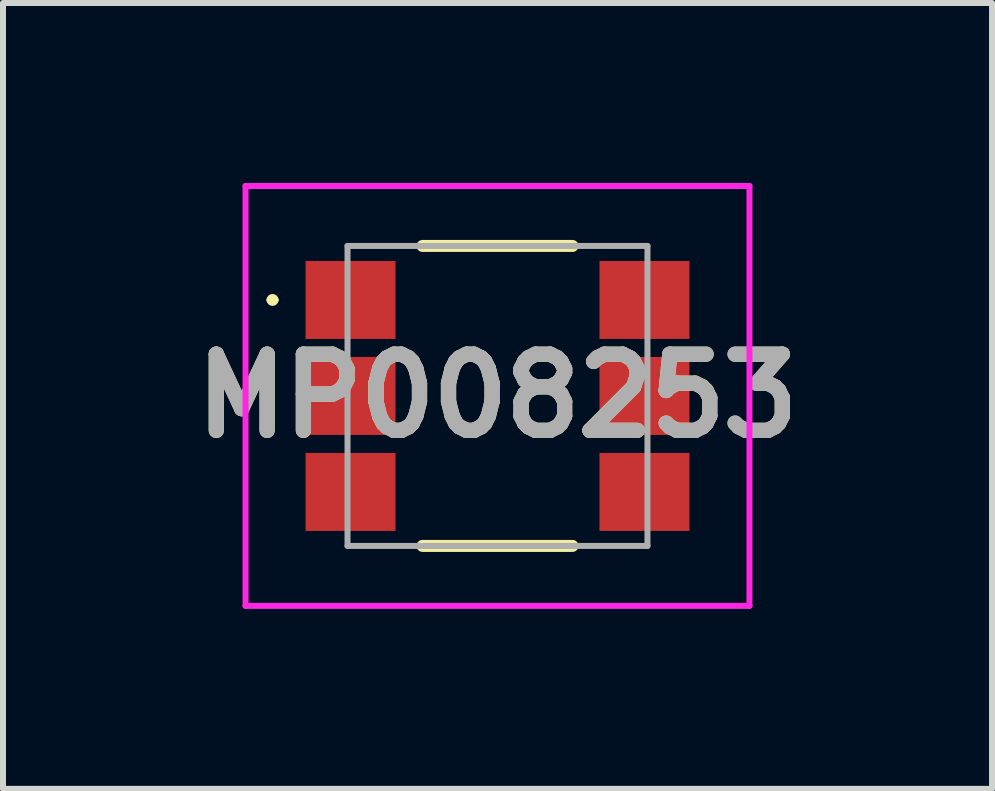
<source format=kicad_pcb>
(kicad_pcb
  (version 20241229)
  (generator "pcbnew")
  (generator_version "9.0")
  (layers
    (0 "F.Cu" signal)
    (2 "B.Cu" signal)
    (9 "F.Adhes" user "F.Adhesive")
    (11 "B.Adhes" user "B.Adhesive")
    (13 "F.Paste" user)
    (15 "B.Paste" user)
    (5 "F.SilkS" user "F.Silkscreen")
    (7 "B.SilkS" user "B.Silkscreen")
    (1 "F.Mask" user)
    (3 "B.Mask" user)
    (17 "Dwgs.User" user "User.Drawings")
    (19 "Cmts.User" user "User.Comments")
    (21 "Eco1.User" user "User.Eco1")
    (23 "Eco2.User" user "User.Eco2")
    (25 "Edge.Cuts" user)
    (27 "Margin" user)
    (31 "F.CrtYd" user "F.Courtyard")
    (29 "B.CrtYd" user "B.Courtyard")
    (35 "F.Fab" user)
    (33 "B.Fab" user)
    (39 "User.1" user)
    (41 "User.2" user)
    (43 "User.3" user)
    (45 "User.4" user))
  (footprint "MP008253"
    (layer "F.Cu")
    (at 5.243 3.55)
    (property "Reference" "MP008253" (at 0 0 0) (layer "F.SilkS") (effects (font (size 1.27 1.27) (thickness 0.254))))
    (attr smd)
    (fp_line (start -3.8 -1.6) (end -3.8 -1.6) (stroke (width 0.1) (type solid)) (layer "F.SilkS"))
    (fp_line (start -3.7 -1.6) (end -3.7 -1.6) (stroke (width 0.1) (type solid)) (layer "F.SilkS"))
    (fp_line (start -1.25 -2.5) (end 1.25 -2.5) (stroke (width 0.2) (type solid)) (layer "F.SilkS"))
    (fp_line (start -1.25 2.5) (end 1.25 2.5) (stroke (width 0.2) (type solid)) (layer "F.SilkS"))
    (fp_arc (start -3.8 -1.6) (mid -3.75 -1.65) (end -3.7 -1.6) (stroke (width 0.1) (type solid)) (layer "F.SilkS"))
    (fp_arc (start -3.7 -1.6) (mid -3.75 -1.55) (end -3.8 -1.6) (stroke (width 0.1) (type solid)) (layer "F.SilkS"))
    (fp_line (start -4.2 -3.5) (end 4.2 -3.5) (stroke (width 0.1) (type solid)) (layer "F.CrtYd"))
    (fp_line (start -4.2 3.5) (end -4.2 -3.5) (stroke (width 0.1) (type solid)) (layer "F.CrtYd"))
    (fp_line (start 4.2 -3.5) (end 4.2 3.5) (stroke (width 0.1) (type solid)) (layer "F.CrtYd"))
    (fp_line (start 4.2 3.5) (end -4.2 3.5) (stroke (width 0.1) (type solid)) (layer "F.CrtYd"))
    (fp_line (start -2.5 -2.5) (end 2.5 -2.5) (stroke (width 0.1) (type solid)) (layer "F.Fab"))
    (fp_line (start -2.5 2.5) (end -2.5 -2.5) (stroke (width 0.1) (type solid)) (layer "F.Fab"))
    (fp_line (start 2.5 -2.5) (end 2.5 2.5) (stroke (width 0.1) (type solid)) (layer "F.Fab"))
    (fp_line (start 2.5 2.5) (end -2.5 2.5) (stroke (width 0.1) (type solid)) (layer "F.Fab"))
    (fp_text user "${REFERENCE}" (at 0 0 0) (layer "F.Fab") (effects (font (size 1.27 1.27) (thickness 0.254))))
    (pad "1" smd rect (at -2.45 -1.6 90) (size 1.3 1.5) (layers "F.Cu" "F.Mask" "F.Paste"))
    (pad "2" smd rect (at 2.45 -1.6 90) (size 1.3 1.5) (layers "F.Cu" "F.Mask" "F.Paste"))
    (pad "3" smd rect (at -2.45 0 90) (size 1.3 1.5) (layers "F.Cu" "F.Mask" "F.Paste"))
    (pad "4" smd rect (at 2.45 0 90) (size 1.3 1.5) (layers "F.Cu" "F.Mask" "F.Paste"))
    (pad "5" smd rect (at -2.45 1.6 90) (size 1.3 1.5) (layers "F.Cu" "F.Mask" "F.Paste"))
    (pad "6" smd rect (at 2.45 1.6 90) (size 1.3 1.5) (layers "F.Cu" "F.Mask" "F.Paste")))
  (gr_rect
    (start -3 -3)
    (end 13.487 10.1)
    (stroke (width 0.1) (type default))
    (fill no)
    (layer "Edge.Cuts")))
</source>
